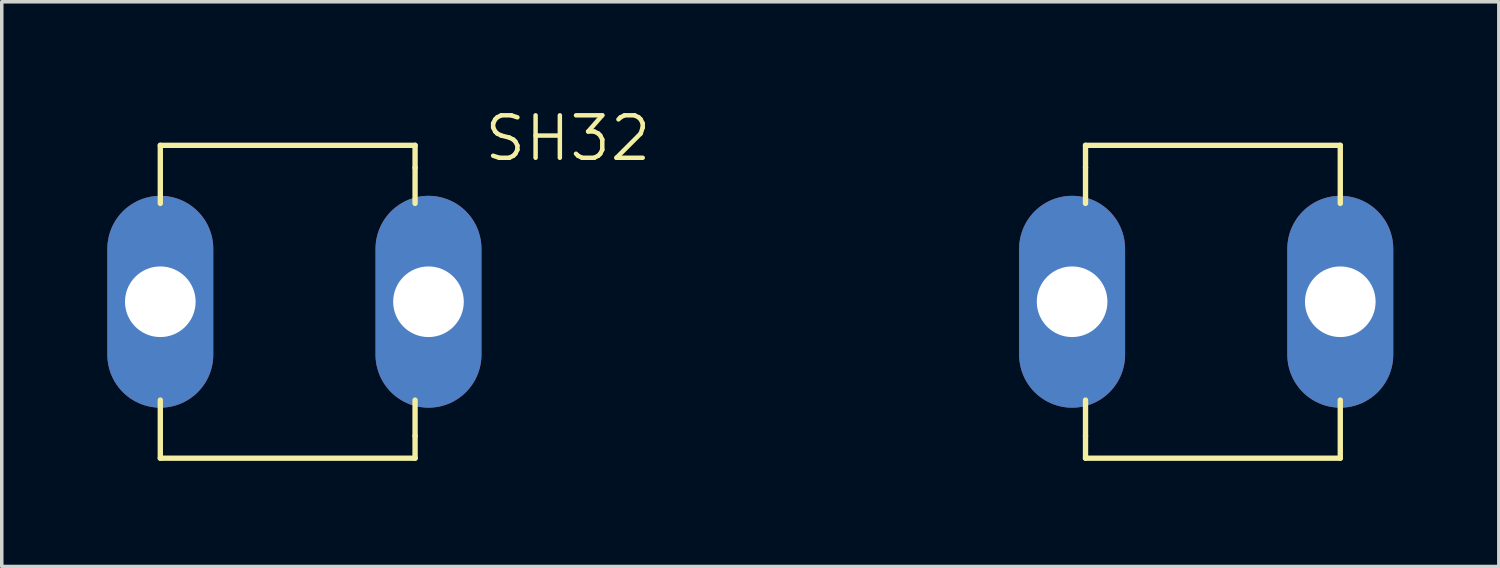
<source format=kicad_pcb>
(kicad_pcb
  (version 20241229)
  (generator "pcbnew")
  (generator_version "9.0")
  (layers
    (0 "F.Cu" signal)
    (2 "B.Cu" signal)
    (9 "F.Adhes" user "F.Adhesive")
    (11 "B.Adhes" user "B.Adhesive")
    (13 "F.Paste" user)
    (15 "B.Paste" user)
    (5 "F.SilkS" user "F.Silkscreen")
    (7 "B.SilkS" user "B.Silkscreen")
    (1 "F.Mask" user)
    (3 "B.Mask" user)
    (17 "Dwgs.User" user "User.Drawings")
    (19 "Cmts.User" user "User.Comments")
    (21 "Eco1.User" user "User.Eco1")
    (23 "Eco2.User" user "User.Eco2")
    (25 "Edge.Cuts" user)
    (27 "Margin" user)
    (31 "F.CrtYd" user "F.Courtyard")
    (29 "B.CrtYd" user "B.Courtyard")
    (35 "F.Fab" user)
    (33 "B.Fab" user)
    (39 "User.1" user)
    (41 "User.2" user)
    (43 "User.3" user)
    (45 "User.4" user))
  (footprint "SH32"
    (layer "F.Cu")
    (at 18.269 5.524)
    (property "Reference" "SH32" (at -7.62 -3.937 0) (layer "F.SilkS") (effects (font (size 1.206 1.206) (thickness 0.127)) (justify left bottom)))
    (attr through_hole)
    (fp_line (start -16.764 -2.794) (end -16.764 -4.445) (stroke (width 0.152) (type solid)) (layer "F.SilkS"))
    (fp_line (start -16.764 4.445) (end -16.764 2.794) (stroke (width 0.152) (type solid)) (layer "F.SilkS"))
    (fp_line (start -16.764 4.445) (end -9.525 4.445) (stroke (width 0.152) (type solid)) (layer "F.SilkS"))
    (fp_line (start -9.525 -4.445) (end -16.764 -4.445) (stroke (width 0.152) (type solid)) (layer "F.SilkS"))
    (fp_line (start -9.525 -3.81) (end -9.525 -4.445) (stroke (width 0.152) (type solid)) (layer "F.SilkS"))
    (fp_line (start -9.525 -3.81) (end -9.525 -2.794) (stroke (width 0.152) (type solid)) (layer "F.SilkS"))
    (fp_line (start -9.525 3.81) (end -9.525 2.794) (stroke (width 0.152) (type solid)) (layer "F.SilkS"))
    (fp_line (start -9.525 3.81) (end -9.525 4.445) (stroke (width 0.152) (type solid)) (layer "F.SilkS"))
    (fp_line (start 9.525 -3.81) (end 9.525 -4.445) (stroke (width 0.152) (type solid)) (layer "F.SilkS"))
    (fp_line (start 9.525 -3.81) (end 9.525 -2.794) (stroke (width 0.152) (type solid)) (layer "F.SilkS"))
    (fp_line (start 9.525 3.81) (end 9.525 2.794) (stroke (width 0.152) (type solid)) (layer "F.SilkS"))
    (fp_line (start 9.525 3.81) (end 9.525 4.445) (stroke (width 0.152) (type solid)) (layer "F.SilkS"))
    (fp_line (start 9.525 4.445) (end 16.764 4.445) (stroke (width 0.152) (type solid)) (layer "F.SilkS"))
    (fp_line (start 16.764 -4.445) (end 9.525 -4.445) (stroke (width 0.152) (type solid)) (layer "F.SilkS"))
    (fp_line (start 16.764 -4.445) (end 16.764 -2.794) (stroke (width 0.152) (type solid)) (layer "F.SilkS"))
    (fp_line (start 16.764 2.794) (end 16.764 4.445) (stroke (width 0.152) (type solid)) (layer "F.SilkS"))
    (pad "1A" thru_hole oval (at -16.764 0 90) (size 6.02 3.01) (drill 2.007) (layers "*.Cu" "*.Mask"))
    (pad "1B" thru_hole oval (at -9.144 0 90) (size 6.02 3.01) (drill 2.007) (layers "*.Cu" "*.Mask"))
    (pad "2A" thru_hole oval (at 9.144 0 90) (size 6.02 3.01) (drill 2.007) (layers "*.Cu" "*.Mask"))
    (pad "2B" thru_hole oval (at 16.764 0 90) (size 6.02 3.01) (drill 2.007) (layers "*.Cu" "*.Mask")))
  (gr_rect
    (start -3 -3)
    (end 39.538 13.046)
    (stroke (width 0.1) (type default))
    (fill no)
    (layer "Edge.Cuts")))
</source>
